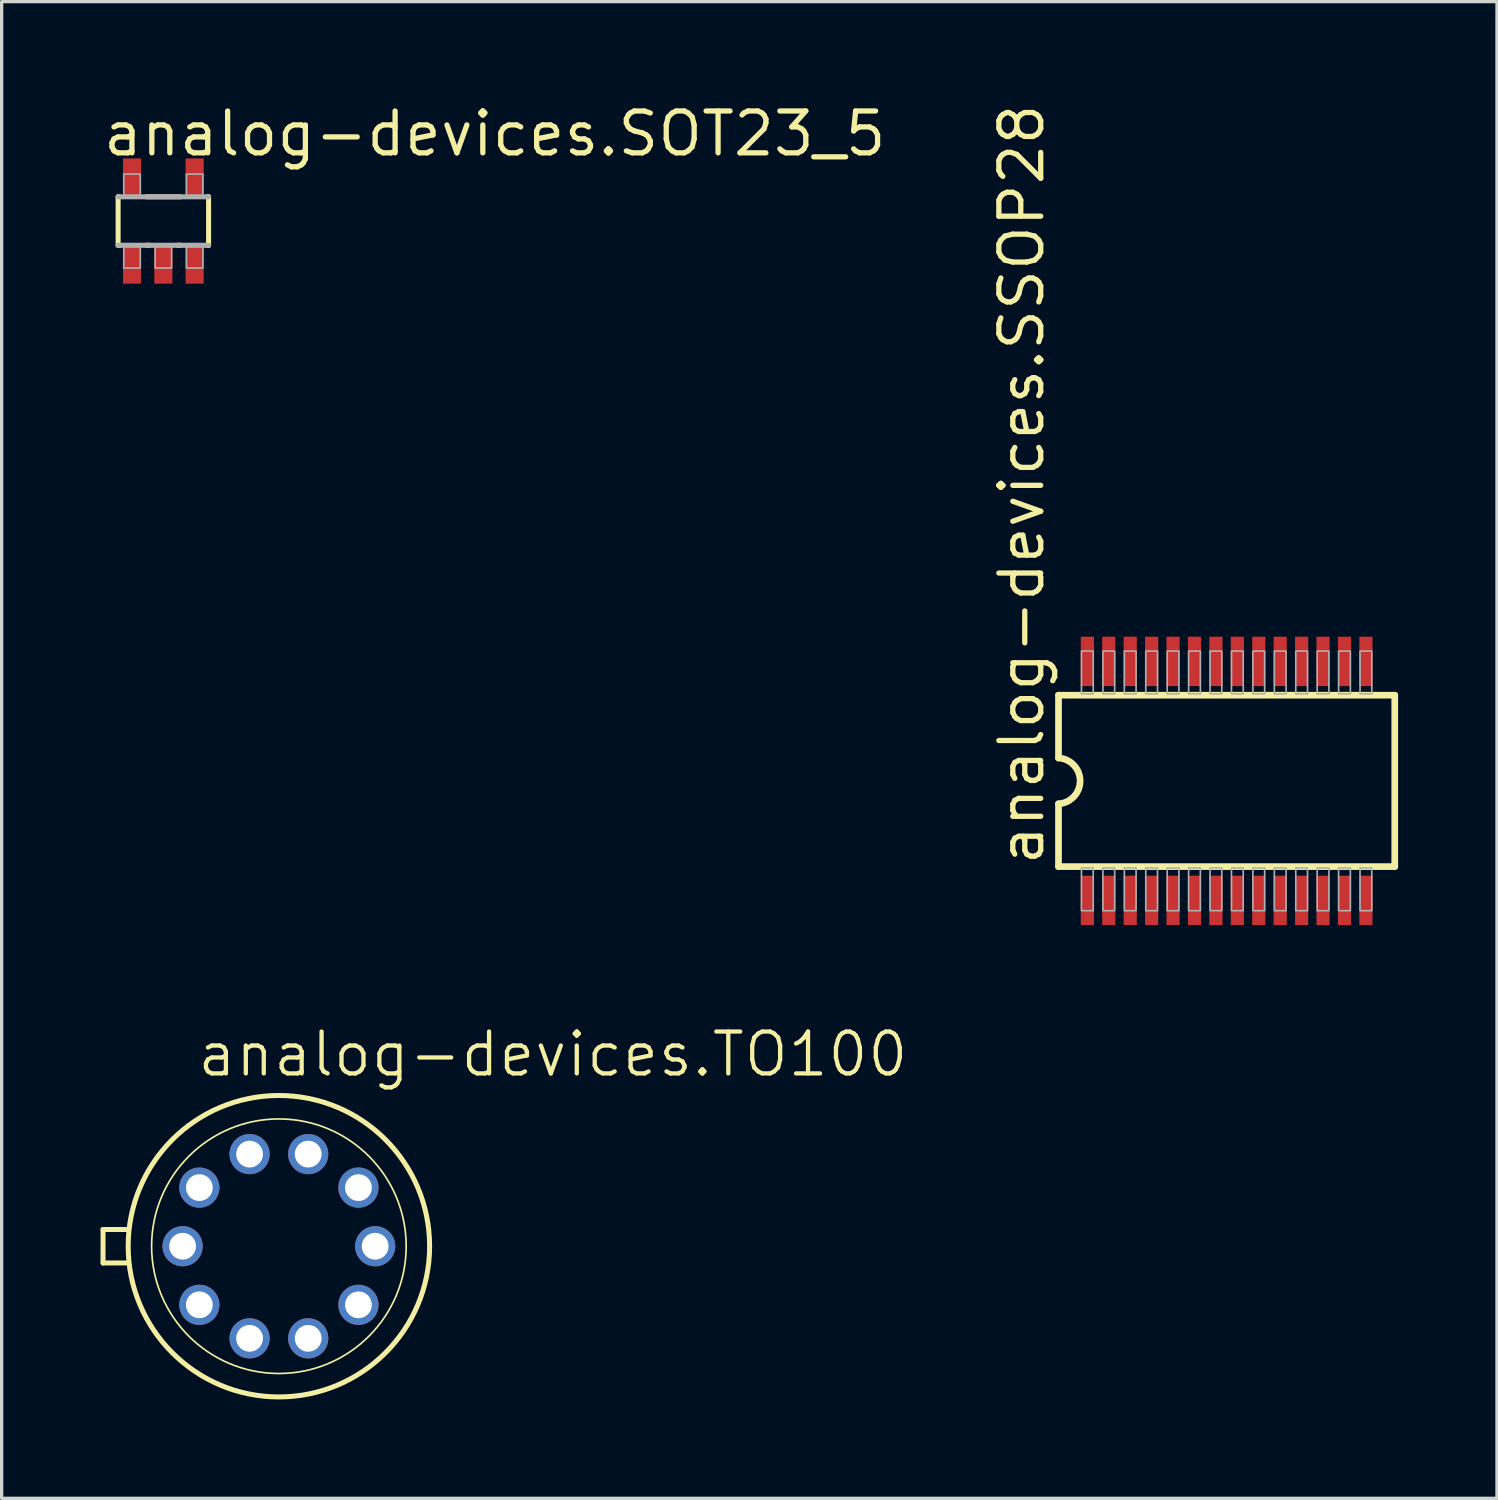
<source format=kicad_pcb>
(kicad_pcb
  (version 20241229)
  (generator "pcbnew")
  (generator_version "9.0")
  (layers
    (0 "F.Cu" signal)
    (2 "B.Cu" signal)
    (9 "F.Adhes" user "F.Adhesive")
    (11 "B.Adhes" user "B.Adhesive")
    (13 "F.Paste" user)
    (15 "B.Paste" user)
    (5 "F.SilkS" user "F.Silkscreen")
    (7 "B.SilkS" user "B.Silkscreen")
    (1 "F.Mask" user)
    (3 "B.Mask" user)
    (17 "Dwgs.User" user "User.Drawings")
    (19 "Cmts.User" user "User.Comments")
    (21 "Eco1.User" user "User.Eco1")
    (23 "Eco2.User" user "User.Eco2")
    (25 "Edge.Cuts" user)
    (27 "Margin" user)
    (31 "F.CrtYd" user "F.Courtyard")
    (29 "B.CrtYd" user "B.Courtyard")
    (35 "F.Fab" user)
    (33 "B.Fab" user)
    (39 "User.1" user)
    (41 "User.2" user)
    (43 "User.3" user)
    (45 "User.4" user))
  (footprint "analog-devices.SSOP28"
    (layer "F.Cu")
    (at 34.159 20.638)
    (property "Reference" "analog-devices.SSOP28" (at -5.476 2.63 90) (layer "F.SilkS") (effects (font (size 1.27 1.27) (thickness 0.16)) (justify left bottom)))
    (attr smd)
    (fp_line (start -5.1 -2.6) (end -5.1 -0.695) (stroke (width 0.203) (type default)) (layer "F.SilkS"))
    (fp_line (start -5.1 0.695) (end -5.1 2.6) (stroke (width 0.203) (type default)) (layer "F.SilkS"))
    (fp_line (start -5.1 2.6) (end 5.1 2.6) (stroke (width 0.203) (type default)) (layer "F.SilkS"))
    (fp_line (start 5.1 -2.6) (end -5.1 -2.6) (stroke (width 0.203) (type default)) (layer "F.SilkS"))
    (fp_line (start 5.1 2.6) (end 5.1 -2.6) (stroke (width 0.203) (type default)) (layer "F.SilkS"))
    (fp_arc (start -5.1 -0.695) (mid -4.44498 0) (end -5.1 0.695) (stroke (width 0.2032) (type default)) (layer "F.SilkS"))
    (fp_rect (start -4.403 -2.642) (end -4.047 -3.937) (stroke (width 0.05) (type default)) (fill no) (layer "F.Fab"))
    (fp_rect (start -4.403 3.937) (end -4.047 2.642) (stroke (width 0.05) (type default)) (fill no) (layer "F.Fab"))
    (fp_rect (start -3.753 -2.642) (end -3.397 -3.937) (stroke (width 0.05) (type default)) (fill no) (layer "F.Fab"))
    (fp_rect (start -3.753 3.937) (end -3.397 2.642) (stroke (width 0.05) (type default)) (fill no) (layer "F.Fab"))
    (fp_rect (start -3.103 -2.642) (end -2.747 -3.937) (stroke (width 0.05) (type default)) (fill no) (layer "F.Fab"))
    (fp_rect (start -3.103 3.937) (end -2.747 2.642) (stroke (width 0.05) (type default)) (fill no) (layer "F.Fab"))
    (fp_rect (start -2.453 -2.642) (end -2.097 -3.937) (stroke (width 0.05) (type default)) (fill no) (layer "F.Fab"))
    (fp_rect (start -2.453 3.937) (end -2.097 2.642) (stroke (width 0.05) (type default)) (fill no) (layer "F.Fab"))
    (fp_rect (start -1.803 -2.642) (end -1.447 -3.937) (stroke (width 0.05) (type default)) (fill no) (layer "F.Fab"))
    (fp_rect (start -1.803 3.937) (end -1.447 2.642) (stroke (width 0.05) (type default)) (fill no) (layer "F.Fab"))
    (fp_rect (start -1.153 -2.642) (end -0.797 -3.937) (stroke (width 0.05) (type default)) (fill no) (layer "F.Fab"))
    (fp_rect (start -1.153 3.937) (end -0.797 2.642) (stroke (width 0.05) (type default)) (fill no) (layer "F.Fab"))
    (fp_rect (start -0.503 -2.642) (end -0.147 -3.937) (stroke (width 0.05) (type default)) (fill no) (layer "F.Fab"))
    (fp_rect (start -0.503 3.937) (end -0.147 2.642) (stroke (width 0.05) (type default)) (fill no) (layer "F.Fab"))
    (fp_rect (start 0.147 -2.642) (end 0.503 -3.937) (stroke (width 0.05) (type default)) (fill no) (layer "F.Fab"))
    (fp_rect (start 0.147 3.937) (end 0.503 2.642) (stroke (width 0.05) (type default)) (fill no) (layer "F.Fab"))
    (fp_rect (start 0.797 -2.642) (end 1.153 -3.937) (stroke (width 0.05) (type default)) (fill no) (layer "F.Fab"))
    (fp_rect (start 0.797 3.937) (end 1.153 2.642) (stroke (width 0.05) (type default)) (fill no) (layer "F.Fab"))
    (fp_rect (start 1.447 -2.642) (end 1.803 -3.937) (stroke (width 0.05) (type default)) (fill no) (layer "F.Fab"))
    (fp_rect (start 1.447 3.937) (end 1.803 2.642) (stroke (width 0.05) (type default)) (fill no) (layer "F.Fab"))
    (fp_rect (start 2.097 -2.642) (end 2.453 -3.937) (stroke (width 0.05) (type default)) (fill no) (layer "F.Fab"))
    (fp_rect (start 2.097 3.937) (end 2.453 2.642) (stroke (width 0.05) (type default)) (fill no) (layer "F.Fab"))
    (fp_rect (start 2.747 -2.642) (end 3.103 -3.937) (stroke (width 0.05) (type default)) (fill no) (layer "F.Fab"))
    (fp_rect (start 2.747 3.937) (end 3.103 2.642) (stroke (width 0.05) (type default)) (fill no) (layer "F.Fab"))
    (fp_rect (start 3.397 -2.642) (end 3.753 -3.937) (stroke (width 0.05) (type default)) (fill no) (layer "F.Fab"))
    (fp_rect (start 3.397 3.937) (end 3.753 2.642) (stroke (width 0.05) (type default)) (fill no) (layer "F.Fab"))
    (fp_rect (start 4.047 -2.642) (end 4.403 -3.937) (stroke (width 0.05) (type default)) (fill no) (layer "F.Fab"))
    (fp_rect (start 4.047 3.937) (end 4.403 2.642) (stroke (width 0.05) (type default)) (fill no) (layer "F.Fab"))
    (pad "1" smd roundrect (at -4.225 3.625) (size 0.4 1.5) (layers "F.Cu" "F.Mask" "F.Paste") (roundrect_rratio 0.01))
    (pad "2" smd roundrect (at -3.575 3.625) (size 0.4 1.5) (layers "F.Cu" "F.Mask" "F.Paste") (roundrect_rratio 0.01))
    (pad "3" smd roundrect (at -2.925 3.625) (size 0.4 1.5) (layers "F.Cu" "F.Mask" "F.Paste") (roundrect_rratio 0.01))
    (pad "4" smd roundrect (at -2.275 3.625) (size 0.4 1.5) (layers "F.Cu" "F.Mask" "F.Paste") (roundrect_rratio 0.01))
    (pad "5" smd roundrect (at -1.625 3.625) (size 0.4 1.5) (layers "F.Cu" "F.Mask" "F.Paste") (roundrect_rratio 0.01))
    (pad "6" smd roundrect (at -0.975 3.625) (size 0.4 1.5) (layers "F.Cu" "F.Mask" "F.Paste") (roundrect_rratio 0.01))
    (pad "7" smd roundrect (at -0.325 3.625) (size 0.4 1.5) (layers "F.Cu" "F.Mask" "F.Paste") (roundrect_rratio 0.01))
    (pad "8" smd roundrect (at 0.325 3.625) (size 0.4 1.5) (layers "F.Cu" "F.Mask" "F.Paste") (roundrect_rratio 0.01))
    (pad "9" smd roundrect (at 0.975 3.625) (size 0.4 1.5) (layers "F.Cu" "F.Mask" "F.Paste") (roundrect_rratio 0.01))
    (pad "10" smd roundrect (at 1.625 3.625) (size 0.4 1.5) (layers "F.Cu" "F.Mask" "F.Paste") (roundrect_rratio 0.01))
    (pad "11" smd roundrect (at 2.275 3.625) (size 0.4 1.5) (layers "F.Cu" "F.Mask" "F.Paste") (roundrect_rratio 0.01))
    (pad "12" smd roundrect (at 2.925 3.625) (size 0.4 1.5) (layers "F.Cu" "F.Mask" "F.Paste") (roundrect_rratio 0.01))
    (pad "13" smd roundrect (at 3.575 3.625) (size 0.4 1.5) (layers "F.Cu" "F.Mask" "F.Paste") (roundrect_rratio 0.01))
    (pad "14" smd roundrect (at 4.225 3.625) (size 0.4 1.5) (layers "F.Cu" "F.Mask" "F.Paste") (roundrect_rratio 0.01))
    (pad "15" smd roundrect (at 4.225 -3.625) (size 0.4 1.5) (layers "F.Cu" "F.Mask" "F.Paste") (roundrect_rratio 0.01))
    (pad "16" smd roundrect (at 3.575 -3.625) (size 0.4 1.5) (layers "F.Cu" "F.Mask" "F.Paste") (roundrect_rratio 0.01))
    (pad "17" smd roundrect (at 2.925 -3.625) (size 0.4 1.5) (layers "F.Cu" "F.Mask" "F.Paste") (roundrect_rratio 0.01))
    (pad "18" smd roundrect (at 2.275 -3.625) (size 0.4 1.5) (layers "F.Cu" "F.Mask" "F.Paste") (roundrect_rratio 0.01))
    (pad "19" smd roundrect (at 1.625 -3.625) (size 0.4 1.5) (layers "F.Cu" "F.Mask" "F.Paste") (roundrect_rratio 0.01))
    (pad "20" smd roundrect (at 0.975 -3.625) (size 0.4 1.5) (layers "F.Cu" "F.Mask" "F.Paste") (roundrect_rratio 0.01))
    (pad "21" smd roundrect (at 0.325 -3.625) (size 0.4 1.5) (layers "F.Cu" "F.Mask" "F.Paste") (roundrect_rratio 0.01))
    (pad "22" smd roundrect (at -0.325 -3.625) (size 0.4 1.5) (layers "F.Cu" "F.Mask" "F.Paste") (roundrect_rratio 0.01))
    (pad "23" smd roundrect (at -0.975 -3.625) (size 0.4 1.5) (layers "F.Cu" "F.Mask" "F.Paste") (roundrect_rratio 0.01))
    (pad "24" smd roundrect (at -1.625 -3.625) (size 0.4 1.5) (layers "F.Cu" "F.Mask" "F.Paste") (roundrect_rratio 0.01))
    (pad "25" smd roundrect (at -2.275 -3.625) (size 0.4 1.5) (layers "F.Cu" "F.Mask" "F.Paste") (roundrect_rratio 0.01))
    (pad "26" smd roundrect (at -2.925 -3.625) (size 0.4 1.5) (layers "F.Cu" "F.Mask" "F.Paste") (roundrect_rratio 0.01))
    (pad "27" smd roundrect (at -3.575 -3.625) (size 0.4 1.5) (layers "F.Cu" "F.Mask" "F.Paste") (roundrect_rratio 0.01))
    (pad "28" smd roundrect (at -4.225 -3.625) (size 0.4 1.5) (layers "F.Cu" "F.Mask" "F.Paste") (roundrect_rratio 0.01)))
  (footprint "analog-devices.SOT23_5"
    (layer "F.Cu")
    (at 1.905 3.655)
    (property "Reference" "analog-devices.SOT23_5" (at -1.905 -1.905 0) (layer "F.SilkS") (effects (font (size 1.27 1.27) (thickness 0.16)) (justify left bottom)))
    (attr smd)
    (fp_line (start -1.372 -0.735) (end -1.328 -0.735) (stroke (width 0.152) (type default)) (layer "F.SilkS"))
    (fp_line (start -1.372 0.735) (end -1.372 -0.735) (stroke (width 0.152) (type default)) (layer "F.SilkS"))
    (fp_line (start -1.328 0.735) (end -1.372 0.735) (stroke (width 0.152) (type default)) (layer "F.SilkS"))
    (fp_line (start -0.522 -0.735) (end 0.522 -0.735) (stroke (width 0.152) (type default)) (layer "F.SilkS"))
    (fp_line (start -0.428 0.735) (end -0.522 0.735) (stroke (width 0.152) (type default)) (layer "F.SilkS"))
    (fp_line (start 0.522 0.735) (end 0.428 0.735) (stroke (width 0.152) (type default)) (layer "F.SilkS"))
    (fp_line (start 1.328 -0.735) (end 1.372 -0.735) (stroke (width 0.152) (type default)) (layer "F.SilkS"))
    (fp_line (start 1.372 -0.735) (end 1.372 0.735) (stroke (width 0.152) (type default)) (layer "F.SilkS"))
    (fp_line (start 1.372 0.735) (end 1.328 0.735) (stroke (width 0.152) (type default)) (layer "F.SilkS"))
    (fp_line (start -1.372 -0.735) (end 1.372 -0.735) (stroke (width 0.152) (type default)) (layer "F.Fab"))
    (fp_line (start 1.372 0.735) (end -1.372 0.735) (stroke (width 0.152) (type default)) (layer "F.Fab"))
    (fp_rect (start -1.2 -0.775) (end -0.7 -1.425) (stroke (width 0.05) (type default)) (fill no) (layer "F.Fab"))
    (fp_rect (start -1.2 1.425) (end -0.7 0.775) (stroke (width 0.05) (type default)) (fill no) (layer "F.Fab"))
    (fp_rect (start -0.25 1.425) (end 0.25 0.775) (stroke (width 0.05) (type default)) (fill no) (layer "F.Fab"))
    (fp_rect (start 0.7 -0.775) (end 1.2 -1.425) (stroke (width 0.05) (type default)) (fill no) (layer "F.Fab"))
    (fp_rect (start 0.7 1.425) (end 1.2 0.775) (stroke (width 0.05) (type default)) (fill no) (layer "F.Fab"))
    (pad "1" smd roundrect (at -0.95 1.3) (size 0.55 1.2) (layers "F.Cu" "F.Mask" "F.Paste") (roundrect_rratio 0.01))
    (pad "2" smd roundrect (at 0 1.3) (size 0.55 1.2) (layers "F.Cu" "F.Mask" "F.Paste") (roundrect_rratio 0.01))
    (pad "3" smd roundrect (at 0.95 1.3) (size 0.55 1.2) (layers "F.Cu" "F.Mask" "F.Paste") (roundrect_rratio 0.01))
    (pad "4" smd roundrect (at 0.95 -1.3) (size 0.55 1.2) (layers "F.Cu" "F.Mask" "F.Paste") (roundrect_rratio 0.01))
    (pad "5" smd roundrect (at -0.95 -1.3) (size 0.55 1.2) (layers "F.Cu" "F.Mask" "F.Paste") (roundrect_rratio 0.01)))
  (footprint "analog-devices.TO100"
    (layer "F.Cu")
    (at 5.41 34.753)
    (property "Reference" "analog-devices.TO100" (at -2.54 -5.08 0) (layer "F.SilkS") (effects (font (size 1.27 1.27) (thickness 0.13)) (justify left bottom)))
    (attr through_hole)
    (fp_line (start -5.334 0.508) (end -5.334 -0.508) (stroke (width 0.152) (type default)) (layer "F.SilkS"))
    (fp_line (start -5.334 0.508) (end -4.572 0.508) (stroke (width 0.152) (type default)) (layer "F.SilkS"))
    (fp_line (start -4.572 -0.508) (end -5.334 -0.508) (stroke (width 0.152) (type default)) (layer "F.SilkS"))
    (fp_circle (center 0 0) (end 3.861 0) (stroke (width 0.051) (type default)) (fill no) (layer "F.SilkS"))
    (fp_circle (center 0 0) (end 4.572 0) (stroke (width 0.152) (type default)) (fill no) (layer "F.SilkS"))
    (pad "1" thru_hole circle (at -2.413 1.778) (size 1.219 1.219) (drill 0.813) (layers "*.Cu" "*.Mask"))
    (pad "2" thru_hole circle (at -0.889 2.794) (size 1.219 1.219) (drill 0.813) (layers "*.Cu" "*.Mask"))
    (pad "3" thru_hole circle (at 0.889 2.794) (size 1.219 1.219) (drill 0.813) (layers "*.Cu" "*.Mask"))
    (pad "4" thru_hole circle (at 2.413 1.778) (size 1.219 1.219) (drill 0.813) (layers "*.Cu" "*.Mask"))
    (pad "5" thru_hole circle (at 2.921 0) (size 1.219 1.219) (drill 0.813) (layers "*.Cu" "*.Mask"))
    (pad "6" thru_hole circle (at 2.413 -1.778) (size 1.219 1.219) (drill 0.813) (layers "*.Cu" "*.Mask"))
    (pad "7" thru_hole circle (at 0.889 -2.794) (size 1.219 1.219) (drill 0.813) (layers "*.Cu" "*.Mask"))
    (pad "8" thru_hole circle (at -0.889 -2.794) (size 1.219 1.219) (drill 0.813) (layers "*.Cu" "*.Mask"))
    (pad "9" thru_hole circle (at -2.413 -1.778) (size 1.219 1.219) (drill 0.813) (layers "*.Cu" "*.Mask"))
    (pad "10" thru_hole circle (at -2.921 0) (size 1.219 1.219) (drill 0.813) (layers "*.Cu" "*.Mask")))
  (gr_rect
    (start -3 -3)
    (end 42.36 42.401)
    (stroke (width 0.1) (type default))
    (fill no)
    (layer "Edge.Cuts")))
</source>
